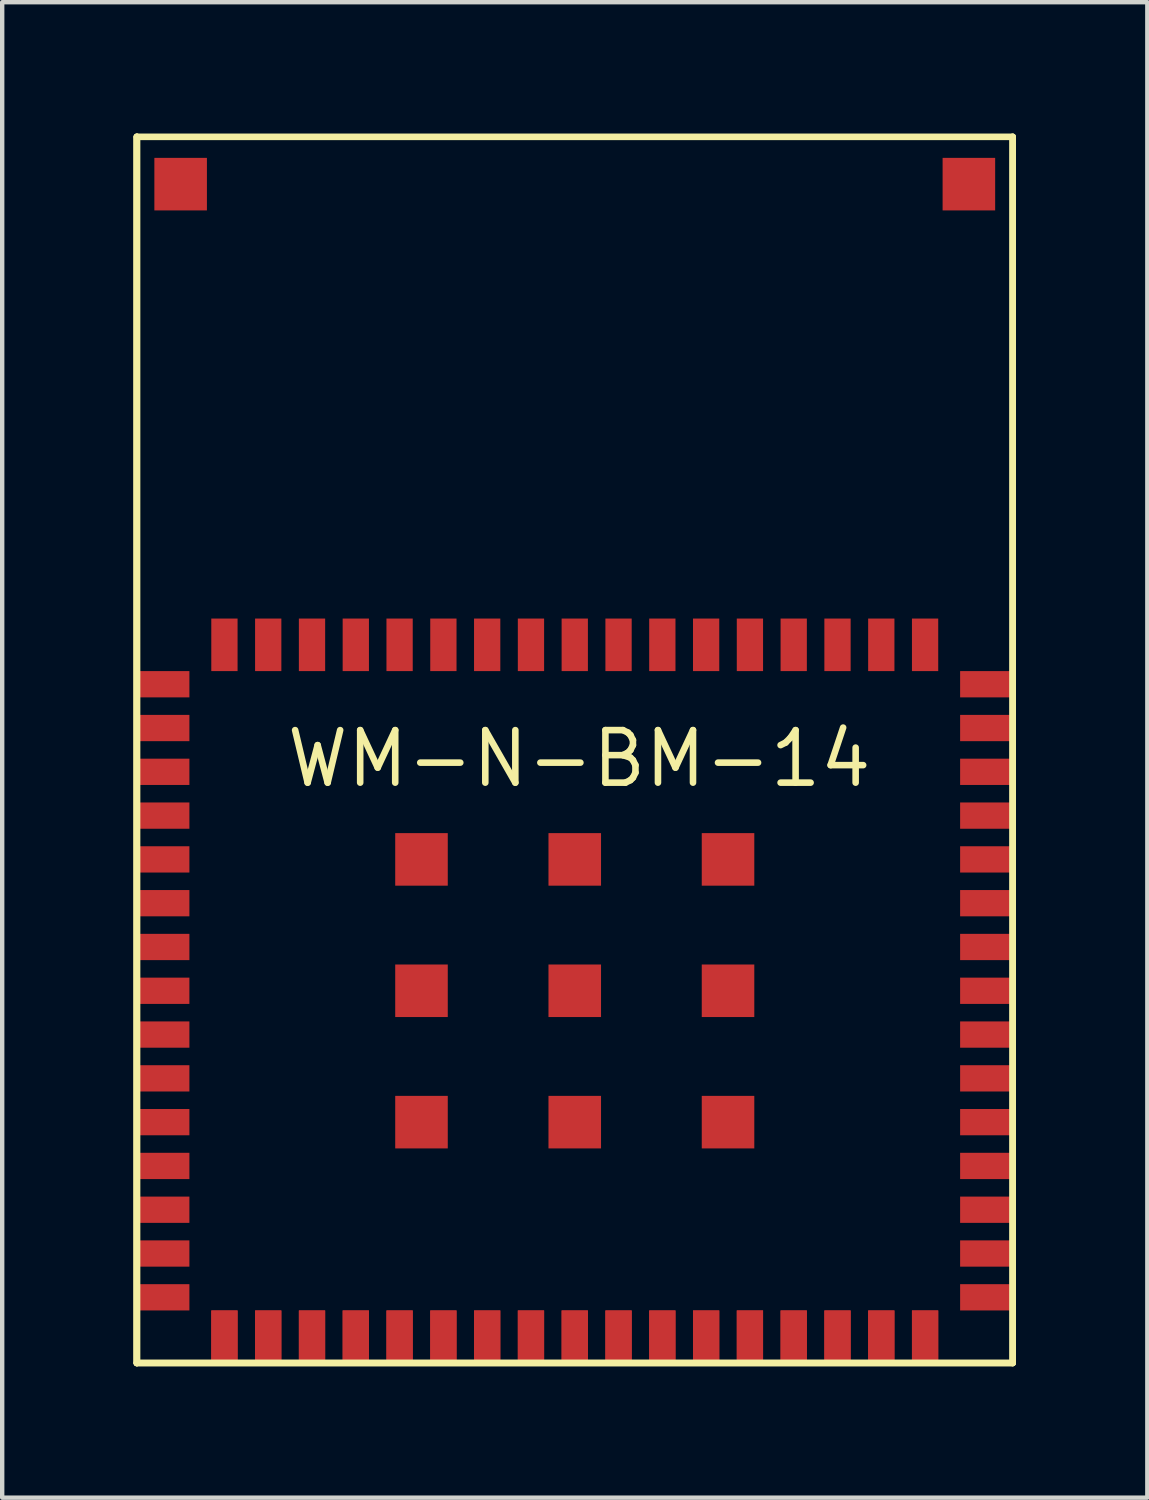
<source format=kicad_pcb>
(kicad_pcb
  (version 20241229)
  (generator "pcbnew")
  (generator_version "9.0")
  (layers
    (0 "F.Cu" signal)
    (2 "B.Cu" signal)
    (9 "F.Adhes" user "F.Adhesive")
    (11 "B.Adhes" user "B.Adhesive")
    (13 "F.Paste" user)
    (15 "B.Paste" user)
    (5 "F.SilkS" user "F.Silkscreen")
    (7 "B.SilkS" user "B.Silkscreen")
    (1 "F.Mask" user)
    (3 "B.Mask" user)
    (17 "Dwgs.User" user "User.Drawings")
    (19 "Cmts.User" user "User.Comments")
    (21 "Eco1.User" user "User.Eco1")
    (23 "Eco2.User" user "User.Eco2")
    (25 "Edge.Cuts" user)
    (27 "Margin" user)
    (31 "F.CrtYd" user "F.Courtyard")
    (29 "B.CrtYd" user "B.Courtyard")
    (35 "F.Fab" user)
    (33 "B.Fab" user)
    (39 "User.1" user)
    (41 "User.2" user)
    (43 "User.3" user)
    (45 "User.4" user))
  (footprint "WM-N-BM-14"
    (layer "F.Cu")
    (at 9.975 14.275)
    (property "Reference" "WM-N-BM-14" (at 0.2 0 0) (layer "F.SilkS") (effects (font (size 1.2 1.2) (thickness 0.15))))
    (attr through_hole)
    (fp_line (start -9.9 -14.2) (end -9.9 13.8) (stroke (width 0.15) (type solid)) (layer "F.SilkS"))
    (fp_line (start -9.9 -14.2) (end -9.9 13.8) (stroke (width 0.15) (type solid)) (layer "F.SilkS"))
    (fp_line (start -9.9 13.8) (end -9.9 -14.2) (stroke (width 0.15) (type solid)) (layer "F.SilkS"))
    (fp_line (start -9.9 13.8) (end 10.1 13.8) (stroke (width 0.15) (type solid)) (layer "F.SilkS"))
    (fp_line (start -9.9 13.8) (end 10.1 13.8) (stroke (width 0.15) (type solid)) (layer "F.SilkS"))
    (fp_line (start 10.1 -14.2) (end -9.9 -14.2) (stroke (width 0.15) (type solid)) (layer "F.SilkS"))
    (fp_line (start 10.1 -14.2) (end 10.1 13.8) (stroke (width 0.15) (type solid)) (layer "F.SilkS"))
    (fp_line (start 10.1 13.8) (end 10.1 -14.2) (stroke (width 0.15) (type solid)) (layer "F.SilkS"))
    (pad "1" smd rect (at -9.3 -1.7 90) (size 0.6 1.2) (layers "F.Cu" "F.Mask" "F.Paste"))
    (pad "2" smd rect (at -9.3 -0.7 90) (size 0.6 1.2) (layers "F.Cu" "F.Mask" "F.Paste"))
    (pad "3" smd rect (at -9.3 0.3 90) (size 0.6 1.2) (layers "F.Cu" "F.Mask" "F.Paste"))
    (pad "4" smd rect (at -9.3 1.3 90) (size 0.6 1.2) (layers "F.Cu" "F.Mask" "F.Paste"))
    (pad "5" smd rect (at -9.3 2.3 90) (size 0.6 1.2) (layers "F.Cu" "F.Mask" "F.Paste"))
    (pad "6" smd rect (at -9.3 3.3 90) (size 0.6 1.2) (layers "F.Cu" "F.Mask" "F.Paste"))
    (pad "7" smd rect (at -9.3 4.3 90) (size 0.6 1.2) (layers "F.Cu" "F.Mask" "F.Paste"))
    (pad "8" smd rect (at -9.3 5.3 90) (size 0.6 1.2) (layers "F.Cu" "F.Mask" "F.Paste"))
    (pad "9" smd rect (at -9.3 6.3 90) (size 0.6 1.2) (layers "F.Cu" "F.Mask" "F.Paste"))
    (pad "10" smd rect (at -9.3 7.3 90) (size 0.6 1.2) (layers "F.Cu" "F.Mask" "F.Paste"))
    (pad "11" smd rect (at -9.3 8.3 90) (size 0.6 1.2) (layers "F.Cu" "F.Mask" "F.Paste"))
    (pad "12" smd rect (at -9.3 9.3 90) (size 0.6 1.2) (layers "F.Cu" "F.Mask" "F.Paste"))
    (pad "13" smd rect (at -9.3 10.3 90) (size 0.6 1.2) (layers "F.Cu" "F.Mask" "F.Paste"))
    (pad "14" smd rect (at -9.3 11.3 90) (size 0.6 1.2) (layers "F.Cu" "F.Mask" "F.Paste"))
    (pad "15" smd rect (at -9.3 12.3 90) (size 0.6 1.2) (layers "F.Cu" "F.Mask" "F.Paste"))
    (pad "16" smd rect (at -7.9 13.2 90) (size 1.2 0.6) (layers "F.Cu" "F.Mask" "F.Paste"))
    (pad "16" smd rect (at -7.9 13.2 90) (size 1.2 0.6) (layers "F.Cu" "F.Mask" "F.Paste"))
    (pad "17" smd rect (at -6.9 13.2 90) (size 1.2 0.6) (layers "F.Cu" "F.Mask" "F.Paste"))
    (pad "17" smd rect (at -6.9 13.2 90) (size 1.2 0.6) (layers "F.Cu" "F.Mask" "F.Paste"))
    (pad "18" smd rect (at -5.9 13.2 90) (size 1.2 0.6) (layers "F.Cu" "F.Mask" "F.Paste"))
    (pad "18" smd rect (at -5.9 13.2 90) (size 1.2 0.6) (layers "F.Cu" "F.Mask" "F.Paste"))
    (pad "19" smd rect (at -4.9 13.2 90) (size 1.2 0.6) (layers "F.Cu" "F.Mask" "F.Paste"))
    (pad "19" smd rect (at -4.9 13.2 90) (size 1.2 0.6) (layers "F.Cu" "F.Mask" "F.Paste"))
    (pad "20" smd rect (at -3.9 13.2 90) (size 1.2 0.6) (layers "F.Cu" "F.Mask" "F.Paste"))
    (pad "20" smd rect (at -3.9 13.2 90) (size 1.2 0.6) (layers "F.Cu" "F.Mask" "F.Paste"))
    (pad "21" smd rect (at -2.9 13.2 90) (size 1.2 0.6) (layers "F.Cu" "F.Mask" "F.Paste"))
    (pad "21" smd rect (at -2.9 13.2 90) (size 1.2 0.6) (layers "F.Cu" "F.Mask" "F.Paste"))
    (pad "22" smd rect (at -1.9 13.2 90) (size 1.2 0.6) (layers "F.Cu" "F.Mask" "F.Paste"))
    (pad "22" smd rect (at -1.9 13.2 90) (size 1.2 0.6) (layers "F.Cu" "F.Mask" "F.Paste"))
    (pad "23" smd rect (at -0.9 13.2 90) (size 1.2 0.6) (layers "F.Cu" "F.Mask" "F.Paste"))
    (pad "23" smd rect (at -0.9 13.2 90) (size 1.2 0.6) (layers "F.Cu" "F.Mask" "F.Paste"))
    (pad "24" smd rect (at 0.1 13.2 90) (size 1.2 0.6) (layers "F.Cu" "F.Mask" "F.Paste"))
    (pad "24" smd rect (at 0.1 13.2 90) (size 1.2 0.6) (layers "F.Cu" "F.Mask" "F.Paste"))
    (pad "25" smd rect (at 1.1 13.2 90) (size 1.2 0.6) (layers "F.Cu" "F.Mask" "F.Paste"))
    (pad "25" smd rect (at 1.1 13.2 90) (size 1.2 0.6) (layers "F.Cu" "F.Mask" "F.Paste"))
    (pad "26" smd rect (at 2.1 13.2 90) (size 1.2 0.6) (layers "F.Cu" "F.Mask" "F.Paste"))
    (pad "26" smd rect (at 2.1 13.2 90) (size 1.2 0.6) (layers "F.Cu" "F.Mask" "F.Paste"))
    (pad "27" smd rect (at 3.1 13.2 90) (size 1.2 0.6) (layers "F.Cu" "F.Mask" "F.Paste"))
    (pad "27" smd rect (at 3.1 13.2 90) (size 1.2 0.6) (layers "F.Cu" "F.Mask" "F.Paste"))
    (pad "28" smd rect (at 4.1 13.2 90) (size 1.2 0.6) (layers "F.Cu" "F.Mask" "F.Paste"))
    (pad "28" smd rect (at 4.1 13.2 90) (size 1.2 0.6) (layers "F.Cu" "F.Mask" "F.Paste"))
    (pad "29" smd rect (at 5.1 13.2 90) (size 1.2 0.6) (layers "F.Cu" "F.Mask" "F.Paste"))
    (pad "29" smd rect (at 5.1 13.2 90) (size 1.2 0.6) (layers "F.Cu" "F.Mask" "F.Paste"))
    (pad "30" smd rect (at 6.1 13.2 90) (size 1.2 0.6) (layers "F.Cu" "F.Mask" "F.Paste"))
    (pad "30" smd rect (at 6.1 13.2 90) (size 1.2 0.6) (layers "F.Cu" "F.Mask" "F.Paste"))
    (pad "31" smd rect (at 7.1 13.2 90) (size 1.2 0.6) (layers "F.Cu" "F.Mask" "F.Paste"))
    (pad "31" smd rect (at 7.1 13.2 90) (size 1.2 0.6) (layers "F.Cu" "F.Mask" "F.Paste"))
    (pad "32" smd rect (at 8.1 13.2 90) (size 1.2 0.6) (layers "F.Cu" "F.Mask" "F.Paste"))
    (pad "32" smd rect (at 8.1 13.2 90) (size 1.2 0.6) (layers "F.Cu" "F.Mask" "F.Paste"))
    (pad "33" smd rect (at 9.5 12.3 270) (size 0.6 1.2) (layers "F.Cu" "F.Mask" "F.Paste"))
    (pad "34" smd rect (at 9.5 11.3 270) (size 0.6 1.2) (layers "F.Cu" "F.Mask" "F.Paste"))
    (pad "35" smd rect (at 9.5 10.3 270) (size 0.6 1.2) (layers "F.Cu" "F.Mask" "F.Paste"))
    (pad "36" smd rect (at 9.5 9.3 270) (size 0.6 1.2) (layers "F.Cu" "F.Mask" "F.Paste"))
    (pad "37" smd rect (at 9.5 8.3 270) (size 0.6 1.2) (layers "F.Cu" "F.Mask" "F.Paste"))
    (pad "38" smd rect (at 9.5 7.3 270) (size 0.6 1.2) (layers "F.Cu" "F.Mask" "F.Paste"))
    (pad "39" smd rect (at 9.5 6.3 270) (size 0.6 1.2) (layers "F.Cu" "F.Mask" "F.Paste"))
    (pad "40" smd rect (at 9.5 5.3 270) (size 0.6 1.2) (layers "F.Cu" "F.Mask" "F.Paste"))
    (pad "41" smd rect (at 9.5 4.3 270) (size 0.6 1.2) (layers "F.Cu" "F.Mask" "F.Paste"))
    (pad "42" smd rect (at 9.5 3.3 270) (size 0.6 1.2) (layers "F.Cu" "F.Mask" "F.Paste"))
    (pad "43" smd rect (at 9.5 2.3 270) (size 0.6 1.2) (layers "F.Cu" "F.Mask" "F.Paste"))
    (pad "44" smd rect (at 9.5 1.3 270) (size 0.6 1.2) (layers "F.Cu" "F.Mask" "F.Paste"))
    (pad "45" smd rect (at 9.5 0.3 270) (size 0.6 1.2) (layers "F.Cu" "F.Mask" "F.Paste"))
    (pad "46" smd rect (at 9.5 -0.7 270) (size 0.6 1.2) (layers "F.Cu" "F.Mask" "F.Paste"))
    (pad "47" smd rect (at 9.5 -1.7 270) (size 0.6 1.2) (layers "F.Cu" "F.Mask" "F.Paste"))
    (pad "48" smd rect (at 8.1 -2.6 90) (size 1.2 0.6) (layers "F.Cu" "F.Mask" "F.Paste"))
    (pad "49" smd rect (at 7.1 -2.6 90) (size 1.2 0.6) (layers "F.Cu" "F.Mask" "F.Paste"))
    (pad "50" smd rect (at 6.1 -2.6 90) (size 1.2 0.6) (layers "F.Cu" "F.Mask" "F.Paste"))
    (pad "51" smd rect (at 5.1 -2.6 90) (size 1.2 0.6) (layers "F.Cu" "F.Mask" "F.Paste"))
    (pad "52" smd rect (at 4.1 -2.6 90) (size 1.2 0.6) (layers "F.Cu" "F.Mask" "F.Paste"))
    (pad "53" smd rect (at 3.1 -2.6 90) (size 1.2 0.6) (layers "F.Cu" "F.Mask" "F.Paste"))
    (pad "54" smd rect (at 2.1 -2.6 90) (size 1.2 0.6) (layers "F.Cu" "F.Mask" "F.Paste"))
    (pad "55" smd rect (at 1.1 -2.6 90) (size 1.2 0.6) (layers "F.Cu" "F.Mask" "F.Paste"))
    (pad "56" smd rect (at 0.1 -2.6 90) (size 1.2 0.6) (layers "F.Cu" "F.Mask" "F.Paste"))
    (pad "57" smd rect (at -0.9 -2.6 90) (size 1.2 0.6) (layers "F.Cu" "F.Mask" "F.Paste"))
    (pad "58" smd rect (at -1.9 -2.6 90) (size 1.2 0.6) (layers "F.Cu" "F.Mask" "F.Paste"))
    (pad "59" smd rect (at -2.9 -2.6 90) (size 1.2 0.6) (layers "F.Cu" "F.Mask" "F.Paste"))
    (pad "60" smd rect (at -3.9 -2.6 90) (size 1.2 0.6) (layers "F.Cu" "F.Mask" "F.Paste"))
    (pad "61" smd rect (at -4.9 -2.6 90) (size 1.2 0.6) (layers "F.Cu" "F.Mask" "F.Paste"))
    (pad "62" smd rect (at -5.9 -2.6 90) (size 1.2 0.6) (layers "F.Cu" "F.Mask" "F.Paste"))
    (pad "63" smd rect (at -6.9 -2.6 90) (size 1.2 0.6) (layers "F.Cu" "F.Mask" "F.Paste"))
    (pad "64" smd rect (at -7.9 -2.6 90) (size 1.2 0.6) (layers "F.Cu" "F.Mask" "F.Paste"))
    (pad "65" smd rect (at -3.4 2.3 90) (size 1.2 1.2) (layers "F.Cu" "F.Mask" "F.Paste"))
    (pad "66" smd rect (at -3.4 5.3 90) (size 1.2 1.2) (layers "F.Cu" "F.Mask" "F.Paste"))
    (pad "67" smd rect (at -3.4 8.3 90) (size 1.2 1.2) (layers "F.Cu" "F.Mask" "F.Paste"))
    (pad "68" smd rect (at 0.1 2.3 90) (size 1.2 1.2) (layers "F.Cu" "F.Mask" "F.Paste"))
    (pad "69" smd rect (at 0.1 5.3 90) (size 1.2 1.2) (layers "F.Cu" "F.Mask" "F.Paste"))
    (pad "70" smd rect (at 0.1 8.3 90) (size 1.2 1.2) (layers "F.Cu" "F.Mask" "F.Paste"))
    (pad "71" smd rect (at 3.6 2.3 90) (size 1.2 1.2) (layers "F.Cu" "F.Mask" "F.Paste"))
    (pad "72" smd rect (at 3.6 5.3 90) (size 1.2 1.2) (layers "F.Cu" "F.Mask" "F.Paste"))
    (pad "73" smd rect (at 3.6 8.3 90) (size 1.2 1.2) (layers "F.Cu" "F.Mask" "F.Paste"))
    (pad "74" smd rect (at -8.9 -13.12 90) (size 1.2 1.2) (layers "F.Cu" "F.Mask" "F.Paste"))
    (pad "74" smd rect (at 9.1 -13.12 90) (size 1.2 1.2) (layers "F.Cu" "F.Mask" "F.Paste")))
  (gr_rect
    (start -3 -3)
    (end 23.15 31.15)
    (stroke (width 0.1) (type default))
    (fill no)
    (layer "Edge.Cuts")))
</source>
